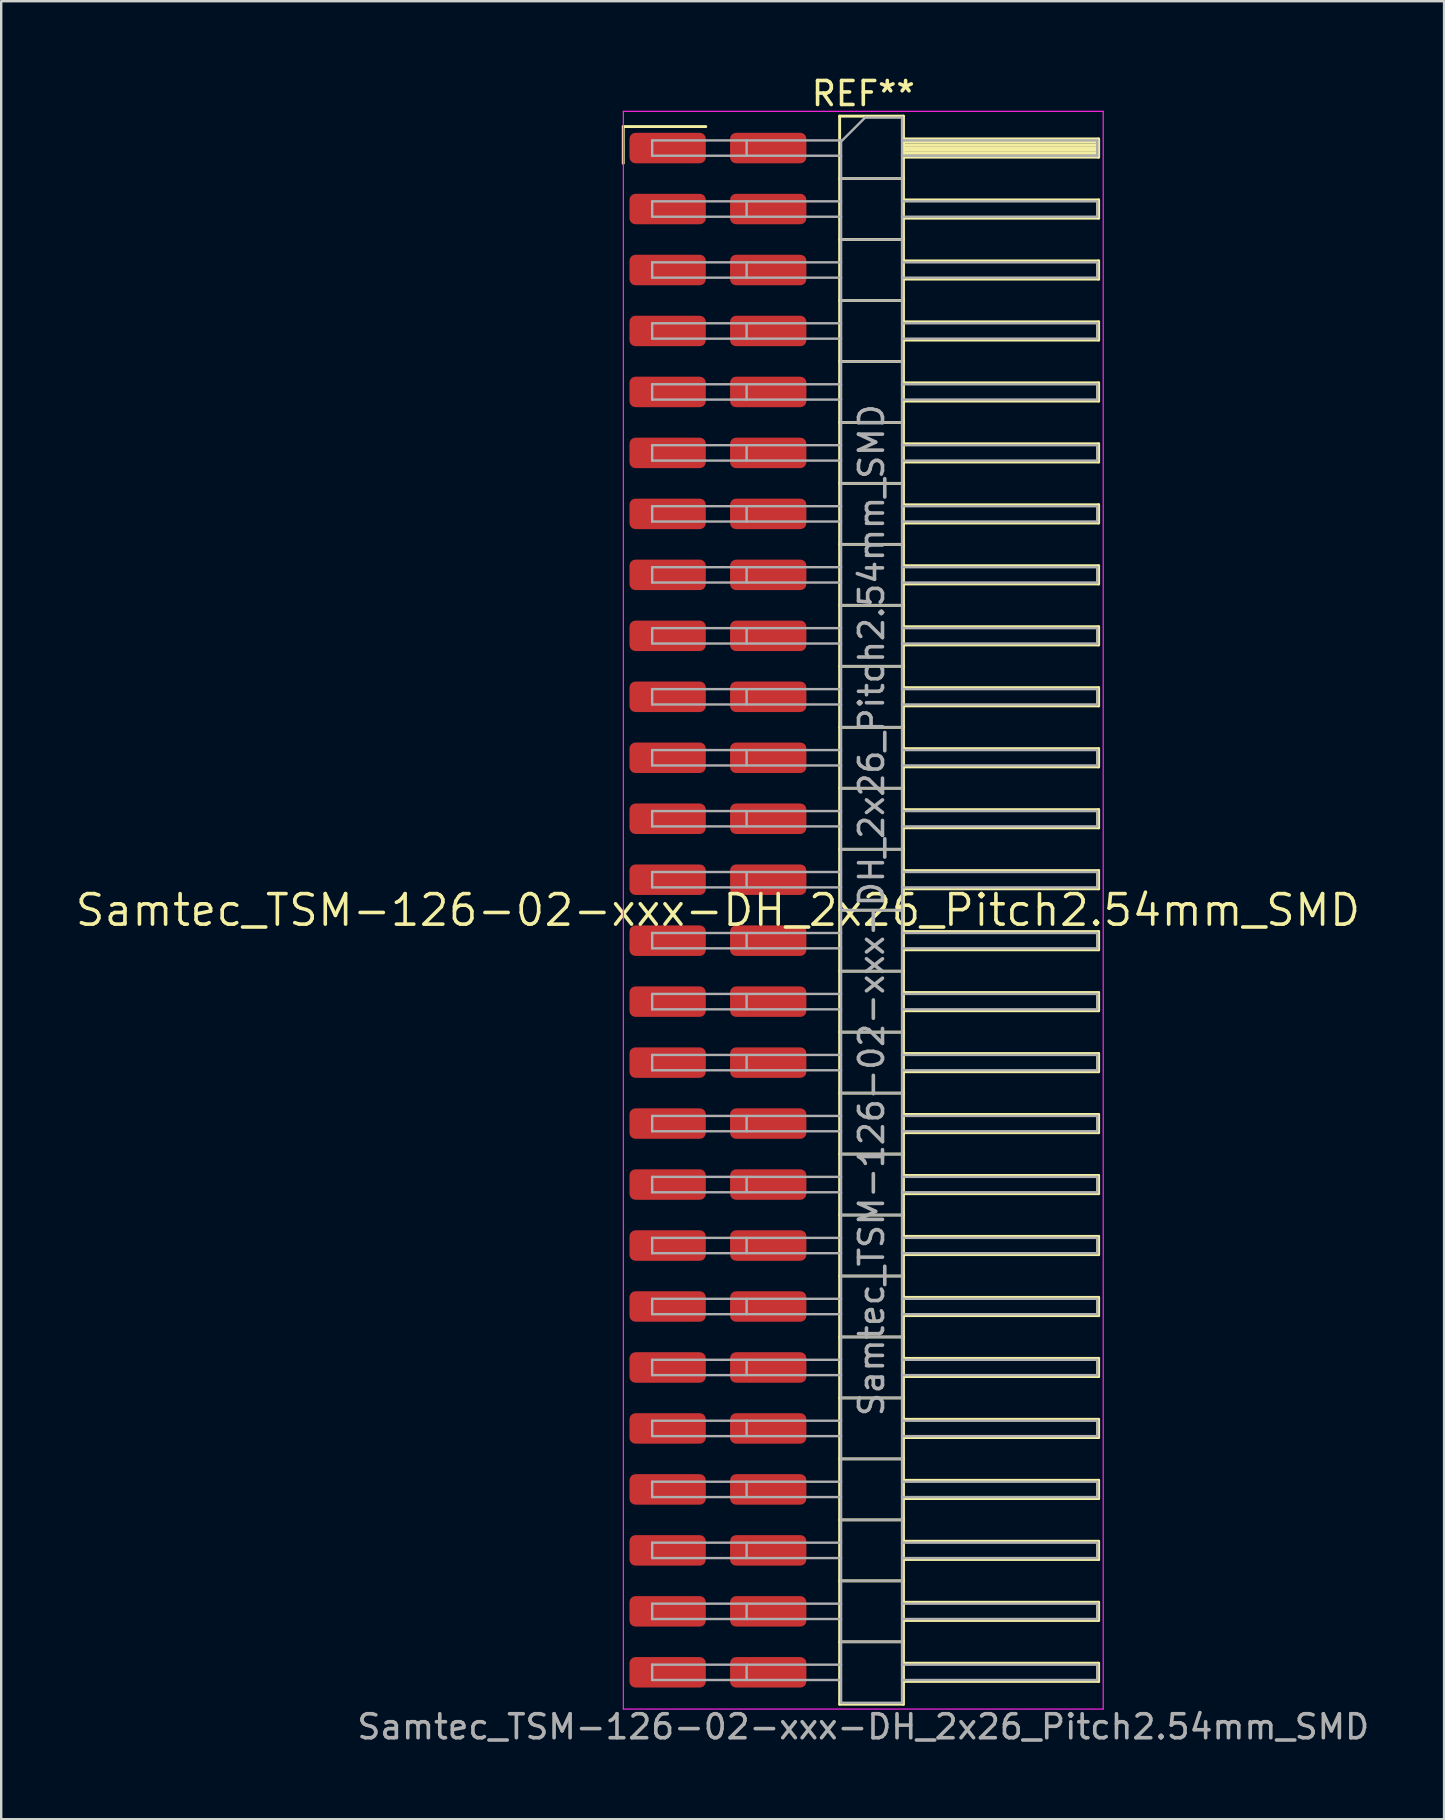
<source format=kicad_pcb>
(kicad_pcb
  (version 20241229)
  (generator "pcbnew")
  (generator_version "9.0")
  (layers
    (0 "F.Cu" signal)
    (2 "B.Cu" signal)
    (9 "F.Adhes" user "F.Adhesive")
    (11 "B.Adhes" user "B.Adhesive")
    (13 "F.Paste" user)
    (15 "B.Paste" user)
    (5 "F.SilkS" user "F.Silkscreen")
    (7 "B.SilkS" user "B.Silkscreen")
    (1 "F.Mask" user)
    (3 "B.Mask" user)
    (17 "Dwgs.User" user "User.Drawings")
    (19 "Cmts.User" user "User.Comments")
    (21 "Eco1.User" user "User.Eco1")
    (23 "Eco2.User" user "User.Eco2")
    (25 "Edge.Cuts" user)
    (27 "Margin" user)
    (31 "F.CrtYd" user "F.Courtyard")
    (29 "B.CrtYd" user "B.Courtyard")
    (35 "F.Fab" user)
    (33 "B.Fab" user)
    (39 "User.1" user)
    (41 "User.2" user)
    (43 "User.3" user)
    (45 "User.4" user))
  (footprint "Samtec_TSM-126-02-xxx-DH_2x26_Pitch2.54mm_SMD"
    (layer "F.Cu")
    (at 26.859 34.868)
    (property "Reference" "Samtec_TSM-126-02-xxx-DH_2x26_Pitch2.54mm_SMD" (at 0 0 0) (layer "F.SilkS") (effects (font (size 1.27 1.27) (thickness 0.15))))
    (attr smd)
    (fp_line (start -3.945 -32.645) (end -0.505 -32.645) (stroke (width 0.12) (type solid)) (layer "F.SilkS"))
    (fp_line (start -3.945 -31.115) (end -3.945 -32.645) (stroke (width 0.12) (type solid)) (layer "F.SilkS"))
    (fp_line (start 5.07 -33.08) (end 7.73 -33.08) (stroke (width 0.12) (type solid)) (layer "F.SilkS"))
    (fp_line (start 5.07 -30.48) (end 7.73 -30.48) (stroke (width 0.12) (type solid)) (layer "F.SilkS"))
    (fp_line (start 5.07 -27.94) (end 7.73 -27.94) (stroke (width 0.12) (type solid)) (layer "F.SilkS"))
    (fp_line (start 5.07 -25.4) (end 7.73 -25.4) (stroke (width 0.12) (type solid)) (layer "F.SilkS"))
    (fp_line (start 5.07 -22.86) (end 7.73 -22.86) (stroke (width 0.12) (type solid)) (layer "F.SilkS"))
    (fp_line (start 5.07 -20.32) (end 7.73 -20.32) (stroke (width 0.12) (type solid)) (layer "F.SilkS"))
    (fp_line (start 5.07 -17.78) (end 7.73 -17.78) (stroke (width 0.12) (type solid)) (layer "F.SilkS"))
    (fp_line (start 5.07 -15.24) (end 7.73 -15.24) (stroke (width 0.12) (type solid)) (layer "F.SilkS"))
    (fp_line (start 5.07 -12.7) (end 7.73 -12.7) (stroke (width 0.12) (type solid)) (layer "F.SilkS"))
    (fp_line (start 5.07 -10.16) (end 7.73 -10.16) (stroke (width 0.12) (type solid)) (layer "F.SilkS"))
    (fp_line (start 5.07 -7.62) (end 7.73 -7.62) (stroke (width 0.12) (type solid)) (layer "F.SilkS"))
    (fp_line (start 5.07 -5.08) (end 7.73 -5.08) (stroke (width 0.12) (type solid)) (layer "F.SilkS"))
    (fp_line (start 5.07 -2.54) (end 7.73 -2.54) (stroke (width 0.12) (type solid)) (layer "F.SilkS"))
    (fp_line (start 5.07 0) (end 7.73 0) (stroke (width 0.12) (type solid)) (layer "F.SilkS"))
    (fp_line (start 5.07 2.54) (end 7.73 2.54) (stroke (width 0.12) (type solid)) (layer "F.SilkS"))
    (fp_line (start 5.07 5.08) (end 7.73 5.08) (stroke (width 0.12) (type solid)) (layer "F.SilkS"))
    (fp_line (start 5.07 7.62) (end 7.73 7.62) (stroke (width 0.12) (type solid)) (layer "F.SilkS"))
    (fp_line (start 5.07 10.16) (end 7.73 10.16) (stroke (width 0.12) (type solid)) (layer "F.SilkS"))
    (fp_line (start 5.07 12.7) (end 7.73 12.7) (stroke (width 0.12) (type solid)) (layer "F.SilkS"))
    (fp_line (start 5.07 15.24) (end 7.73 15.24) (stroke (width 0.12) (type solid)) (layer "F.SilkS"))
    (fp_line (start 5.07 17.78) (end 7.73 17.78) (stroke (width 0.12) (type solid)) (layer "F.SilkS"))
    (fp_line (start 5.07 20.32) (end 7.73 20.32) (stroke (width 0.12) (type solid)) (layer "F.SilkS"))
    (fp_line (start 5.07 22.86) (end 7.73 22.86) (stroke (width 0.12) (type solid)) (layer "F.SilkS"))
    (fp_line (start 5.07 25.4) (end 7.73 25.4) (stroke (width 0.12) (type solid)) (layer "F.SilkS"))
    (fp_line (start 5.07 27.94) (end 7.73 27.94) (stroke (width 0.12) (type solid)) (layer "F.SilkS"))
    (fp_line (start 5.07 30.48) (end 7.73 30.48) (stroke (width 0.12) (type solid)) (layer "F.SilkS"))
    (fp_line (start 5.07 33.08) (end 5.07 -33.08) (stroke (width 0.12) (type solid)) (layer "F.SilkS"))
    (fp_line (start 7.73 -33.08) (end 7.73 33.08) (stroke (width 0.12) (type solid)) (layer "F.SilkS"))
    (fp_line (start 7.73 -32.13) (end 15.86 -32.13) (stroke (width 0.12) (type solid)) (layer "F.SilkS"))
    (fp_line (start 7.73 -32.01) (end 15.86 -32.01) (stroke (width 0.12) (type solid)) (layer "F.SilkS"))
    (fp_line (start 7.73 -31.89) (end 15.86 -31.89) (stroke (width 0.12) (type solid)) (layer "F.SilkS"))
    (fp_line (start 7.73 -31.77) (end 15.86 -31.77) (stroke (width 0.12) (type solid)) (layer "F.SilkS"))
    (fp_line (start 7.73 -31.65) (end 15.86 -31.65) (stroke (width 0.12) (type solid)) (layer "F.SilkS"))
    (fp_line (start 7.73 -31.53) (end 15.86 -31.53) (stroke (width 0.12) (type solid)) (layer "F.SilkS"))
    (fp_line (start 7.73 -31.41) (end 15.86 -31.41) (stroke (width 0.12) (type solid)) (layer "F.SilkS"))
    (fp_line (start 7.73 -31.37) (end 15.86 -31.37) (stroke (width 0.12) (type solid)) (layer "F.SilkS"))
    (fp_line (start 7.73 -29.59) (end 15.86 -29.59) (stroke (width 0.12) (type solid)) (layer "F.SilkS"))
    (fp_line (start 7.73 -28.83) (end 15.86 -28.83) (stroke (width 0.12) (type solid)) (layer "F.SilkS"))
    (fp_line (start 7.73 -27.05) (end 15.86 -27.05) (stroke (width 0.12) (type solid)) (layer "F.SilkS"))
    (fp_line (start 7.73 -26.29) (end 15.86 -26.29) (stroke (width 0.12) (type solid)) (layer "F.SilkS"))
    (fp_line (start 7.73 -24.51) (end 15.86 -24.51) (stroke (width 0.12) (type solid)) (layer "F.SilkS"))
    (fp_line (start 7.73 -23.75) (end 15.86 -23.75) (stroke (width 0.12) (type solid)) (layer "F.SilkS"))
    (fp_line (start 7.73 -21.97) (end 15.86 -21.97) (stroke (width 0.12) (type solid)) (layer "F.SilkS"))
    (fp_line (start 7.73 -21.21) (end 15.86 -21.21) (stroke (width 0.12) (type solid)) (layer "F.SilkS"))
    (fp_line (start 7.73 -19.43) (end 15.86 -19.43) (stroke (width 0.12) (type solid)) (layer "F.SilkS"))
    (fp_line (start 7.73 -18.67) (end 15.86 -18.67) (stroke (width 0.12) (type solid)) (layer "F.SilkS"))
    (fp_line (start 7.73 -16.89) (end 15.86 -16.89) (stroke (width 0.12) (type solid)) (layer "F.SilkS"))
    (fp_line (start 7.73 -16.13) (end 15.86 -16.13) (stroke (width 0.12) (type solid)) (layer "F.SilkS"))
    (fp_line (start 7.73 -14.35) (end 15.86 -14.35) (stroke (width 0.12) (type solid)) (layer "F.SilkS"))
    (fp_line (start 7.73 -13.59) (end 15.86 -13.59) (stroke (width 0.12) (type solid)) (layer "F.SilkS"))
    (fp_line (start 7.73 -11.81) (end 15.86 -11.81) (stroke (width 0.12) (type solid)) (layer "F.SilkS"))
    (fp_line (start 7.73 -11.05) (end 15.86 -11.05) (stroke (width 0.12) (type solid)) (layer "F.SilkS"))
    (fp_line (start 7.73 -9.27) (end 15.86 -9.27) (stroke (width 0.12) (type solid)) (layer "F.SilkS"))
    (fp_line (start 7.73 -8.51) (end 15.86 -8.51) (stroke (width 0.12) (type solid)) (layer "F.SilkS"))
    (fp_line (start 7.73 -6.73) (end 15.86 -6.73) (stroke (width 0.12) (type solid)) (layer "F.SilkS"))
    (fp_line (start 7.73 -5.97) (end 15.86 -5.97) (stroke (width 0.12) (type solid)) (layer "F.SilkS"))
    (fp_line (start 7.73 -4.19) (end 15.86 -4.19) (stroke (width 0.12) (type solid)) (layer "F.SilkS"))
    (fp_line (start 7.73 -3.43) (end 15.86 -3.43) (stroke (width 0.12) (type solid)) (layer "F.SilkS"))
    (fp_line (start 7.73 -1.65) (end 15.86 -1.65) (stroke (width 0.12) (type solid)) (layer "F.SilkS"))
    (fp_line (start 7.73 -0.89) (end 15.86 -0.89) (stroke (width 0.12) (type solid)) (layer "F.SilkS"))
    (fp_line (start 7.73 0.89) (end 15.86 0.89) (stroke (width 0.12) (type solid)) (layer "F.SilkS"))
    (fp_line (start 7.73 1.65) (end 15.86 1.65) (stroke (width 0.12) (type solid)) (layer "F.SilkS"))
    (fp_line (start 7.73 3.43) (end 15.86 3.43) (stroke (width 0.12) (type solid)) (layer "F.SilkS"))
    (fp_line (start 7.73 4.19) (end 15.86 4.19) (stroke (width 0.12) (type solid)) (layer "F.SilkS"))
    (fp_line (start 7.73 5.97) (end 15.86 5.97) (stroke (width 0.12) (type solid)) (layer "F.SilkS"))
    (fp_line (start 7.73 6.73) (end 15.86 6.73) (stroke (width 0.12) (type solid)) (layer "F.SilkS"))
    (fp_line (start 7.73 8.51) (end 15.86 8.51) (stroke (width 0.12) (type solid)) (layer "F.SilkS"))
    (fp_line (start 7.73 9.27) (end 15.86 9.27) (stroke (width 0.12) (type solid)) (layer "F.SilkS"))
    (fp_line (start 7.73 11.05) (end 15.86 11.05) (stroke (width 0.12) (type solid)) (layer "F.SilkS"))
    (fp_line (start 7.73 11.81) (end 15.86 11.81) (stroke (width 0.12) (type solid)) (layer "F.SilkS"))
    (fp_line (start 7.73 13.59) (end 15.86 13.59) (stroke (width 0.12) (type solid)) (layer "F.SilkS"))
    (fp_line (start 7.73 14.35) (end 15.86 14.35) (stroke (width 0.12) (type solid)) (layer "F.SilkS"))
    (fp_line (start 7.73 16.13) (end 15.86 16.13) (stroke (width 0.12) (type solid)) (layer "F.SilkS"))
    (fp_line (start 7.73 16.89) (end 15.86 16.89) (stroke (width 0.12) (type solid)) (layer "F.SilkS"))
    (fp_line (start 7.73 18.67) (end 15.86 18.67) (stroke (width 0.12) (type solid)) (layer "F.SilkS"))
    (fp_line (start 7.73 19.43) (end 15.86 19.43) (stroke (width 0.12) (type solid)) (layer "F.SilkS"))
    (fp_line (start 7.73 21.21) (end 15.86 21.21) (stroke (width 0.12) (type solid)) (layer "F.SilkS"))
    (fp_line (start 7.73 21.97) (end 15.86 21.97) (stroke (width 0.12) (type solid)) (layer "F.SilkS"))
    (fp_line (start 7.73 23.75) (end 15.86 23.75) (stroke (width 0.12) (type solid)) (layer "F.SilkS"))
    (fp_line (start 7.73 24.51) (end 15.86 24.51) (stroke (width 0.12) (type solid)) (layer "F.SilkS"))
    (fp_line (start 7.73 26.29) (end 15.86 26.29) (stroke (width 0.12) (type solid)) (layer "F.SilkS"))
    (fp_line (start 7.73 27.05) (end 15.86 27.05) (stroke (width 0.12) (type solid)) (layer "F.SilkS"))
    (fp_line (start 7.73 28.83) (end 15.86 28.83) (stroke (width 0.12) (type solid)) (layer "F.SilkS"))
    (fp_line (start 7.73 29.59) (end 15.86 29.59) (stroke (width 0.12) (type solid)) (layer "F.SilkS"))
    (fp_line (start 7.73 31.37) (end 15.86 31.37) (stroke (width 0.12) (type solid)) (layer "F.SilkS"))
    (fp_line (start 7.73 32.13) (end 15.86 32.13) (stroke (width 0.12) (type solid)) (layer "F.SilkS"))
    (fp_line (start 7.73 33.08) (end 5.07 33.08) (stroke (width 0.12) (type solid)) (layer "F.SilkS"))
    (fp_line (start 15.86 -32.13) (end 15.86 -31.37) (stroke (width 0.12) (type solid)) (layer "F.SilkS"))
    (fp_line (start 15.86 -29.59) (end 15.86 -28.83) (stroke (width 0.12) (type solid)) (layer "F.SilkS"))
    (fp_line (start 15.86 -27.05) (end 15.86 -26.29) (stroke (width 0.12) (type solid)) (layer "F.SilkS"))
    (fp_line (start 15.86 -24.51) (end 15.86 -23.75) (stroke (width 0.12) (type solid)) (layer "F.SilkS"))
    (fp_line (start 15.86 -21.97) (end 15.86 -21.21) (stroke (width 0.12) (type solid)) (layer "F.SilkS"))
    (fp_line (start 15.86 -19.43) (end 15.86 -18.67) (stroke (width 0.12) (type solid)) (layer "F.SilkS"))
    (fp_line (start 15.86 -16.89) (end 15.86 -16.13) (stroke (width 0.12) (type solid)) (layer "F.SilkS"))
    (fp_line (start 15.86 -14.35) (end 15.86 -13.59) (stroke (width 0.12) (type solid)) (layer "F.SilkS"))
    (fp_line (start 15.86 -11.81) (end 15.86 -11.05) (stroke (width 0.12) (type solid)) (layer "F.SilkS"))
    (fp_line (start 15.86 -9.27) (end 15.86 -8.51) (stroke (width 0.12) (type solid)) (layer "F.SilkS"))
    (fp_line (start 15.86 -6.73) (end 15.86 -5.97) (stroke (width 0.12) (type solid)) (layer "F.SilkS"))
    (fp_line (start 15.86 -4.19) (end 15.86 -3.43) (stroke (width 0.12) (type solid)) (layer "F.SilkS"))
    (fp_line (start 15.86 -1.65) (end 15.86 -0.89) (stroke (width 0.12) (type solid)) (layer "F.SilkS"))
    (fp_line (start 15.86 0.89) (end 15.86 1.65) (stroke (width 0.12) (type solid)) (layer "F.SilkS"))
    (fp_line (start 15.86 3.43) (end 15.86 4.19) (stroke (width 0.12) (type solid)) (layer "F.SilkS"))
    (fp_line (start 15.86 5.97) (end 15.86 6.73) (stroke (width 0.12) (type solid)) (layer "F.SilkS"))
    (fp_line (start 15.86 8.51) (end 15.86 9.27) (stroke (width 0.12) (type solid)) (layer "F.SilkS"))
    (fp_line (start 15.86 11.05) (end 15.86 11.81) (stroke (width 0.12) (type solid)) (layer "F.SilkS"))
    (fp_line (start 15.86 13.59) (end 15.86 14.35) (stroke (width 0.12) (type solid)) (layer "F.SilkS"))
    (fp_line (start 15.86 16.13) (end 15.86 16.89) (stroke (width 0.12) (type solid)) (layer "F.SilkS"))
    (fp_line (start 15.86 18.67) (end 15.86 19.43) (stroke (width 0.12) (type solid)) (layer "F.SilkS"))
    (fp_line (start 15.86 21.21) (end 15.86 21.97) (stroke (width 0.12) (type solid)) (layer "F.SilkS"))
    (fp_line (start 15.86 23.75) (end 15.86 24.51) (stroke (width 0.12) (type solid)) (layer "F.SilkS"))
    (fp_line (start 15.86 26.29) (end 15.86 27.05) (stroke (width 0.12) (type solid)) (layer "F.SilkS"))
    (fp_line (start 15.86 28.83) (end 15.86 29.59) (stroke (width 0.12) (type solid)) (layer "F.SilkS"))
    (fp_line (start 15.86 31.37) (end 15.86 32.13) (stroke (width 0.12) (type solid)) (layer "F.SilkS"))
    (fp_line (start -3.94 -33.28) (end 16.05 -33.28) (stroke (width 0.05) (type solid)) (layer "F.CrtYd"))
    (fp_line (start -3.94 33.28) (end -3.94 -33.28) (stroke (width 0.05) (type solid)) (layer "F.CrtYd"))
    (fp_line (start 16.05 -33.28) (end 16.05 33.28) (stroke (width 0.05) (type solid)) (layer "F.CrtYd"))
    (fp_line (start 16.05 33.28) (end -3.94 33.28) (stroke (width 0.05) (type solid)) (layer "F.CrtYd"))
    (fp_line (start -2.74 -32.07) (end -2.74 -31.43) (stroke (width 0.1) (type solid)) (layer "F.Fab"))
    (fp_line (start -2.74 -32.07) (end 5.13 -32.07) (stroke (width 0.1) (type solid)) (layer "F.Fab"))
    (fp_line (start -2.74 -31.43) (end 5.13 -31.43) (stroke (width 0.1) (type solid)) (layer "F.Fab"))
    (fp_line (start -2.74 -29.53) (end -2.74 -28.89) (stroke (width 0.1) (type solid)) (layer "F.Fab"))
    (fp_line (start -2.74 -29.53) (end 5.13 -29.53) (stroke (width 0.1) (type solid)) (layer "F.Fab"))
    (fp_line (start -2.74 -28.89) (end 5.13 -28.89) (stroke (width 0.1) (type solid)) (layer "F.Fab"))
    (fp_line (start -2.74 -26.99) (end -2.74 -26.35) (stroke (width 0.1) (type solid)) (layer "F.Fab"))
    (fp_line (start -2.74 -26.99) (end 5.13 -26.99) (stroke (width 0.1) (type solid)) (layer "F.Fab"))
    (fp_line (start -2.74 -26.35) (end 5.13 -26.35) (stroke (width 0.1) (type solid)) (layer "F.Fab"))
    (fp_line (start -2.74 -24.45) (end -2.74 -23.81) (stroke (width 0.1) (type solid)) (layer "F.Fab"))
    (fp_line (start -2.74 -24.45) (end 5.13 -24.45) (stroke (width 0.1) (type solid)) (layer "F.Fab"))
    (fp_line (start -2.74 -23.81) (end 5.13 -23.81) (stroke (width 0.1) (type solid)) (layer "F.Fab"))
    (fp_line (start -2.74 -21.91) (end -2.74 -21.27) (stroke (width 0.1) (type solid)) (layer "F.Fab"))
    (fp_line (start -2.74 -21.91) (end 5.13 -21.91) (stroke (width 0.1) (type solid)) (layer "F.Fab"))
    (fp_line (start -2.74 -21.27) (end 5.13 -21.27) (stroke (width 0.1) (type solid)) (layer "F.Fab"))
    (fp_line (start -2.74 -19.37) (end -2.74 -18.73) (stroke (width 0.1) (type solid)) (layer "F.Fab"))
    (fp_line (start -2.74 -19.37) (end 5.13 -19.37) (stroke (width 0.1) (type solid)) (layer "F.Fab"))
    (fp_line (start -2.74 -18.73) (end 5.13 -18.73) (stroke (width 0.1) (type solid)) (layer "F.Fab"))
    (fp_line (start -2.74 -16.83) (end -2.74 -16.19) (stroke (width 0.1) (type solid)) (layer "F.Fab"))
    (fp_line (start -2.74 -16.83) (end 5.13 -16.83) (stroke (width 0.1) (type solid)) (layer "F.Fab"))
    (fp_line (start -2.74 -16.19) (end 5.13 -16.19) (stroke (width 0.1) (type solid)) (layer "F.Fab"))
    (fp_line (start -2.74 -14.29) (end -2.74 -13.65) (stroke (width 0.1) (type solid)) (layer "F.Fab"))
    (fp_line (start -2.74 -14.29) (end 5.13 -14.29) (stroke (width 0.1) (type solid)) (layer "F.Fab"))
    (fp_line (start -2.74 -13.65) (end 5.13 -13.65) (stroke (width 0.1) (type solid)) (layer "F.Fab"))
    (fp_line (start -2.74 -11.75) (end -2.74 -11.11) (stroke (width 0.1) (type solid)) (layer "F.Fab"))
    (fp_line (start -2.74 -11.75) (end 5.13 -11.75) (stroke (width 0.1) (type solid)) (layer "F.Fab"))
    (fp_line (start -2.74 -11.11) (end 5.13 -11.11) (stroke (width 0.1) (type solid)) (layer "F.Fab"))
    (fp_line (start -2.74 -9.21) (end -2.74 -8.57) (stroke (width 0.1) (type solid)) (layer "F.Fab"))
    (fp_line (start -2.74 -9.21) (end 5.13 -9.21) (stroke (width 0.1) (type solid)) (layer "F.Fab"))
    (fp_line (start -2.74 -8.57) (end 5.13 -8.57) (stroke (width 0.1) (type solid)) (layer "F.Fab"))
    (fp_line (start -2.74 -6.67) (end -2.74 -6.03) (stroke (width 0.1) (type solid)) (layer "F.Fab"))
    (fp_line (start -2.74 -6.67) (end 5.13 -6.67) (stroke (width 0.1) (type solid)) (layer "F.Fab"))
    (fp_line (start -2.74 -6.03) (end 5.13 -6.03) (stroke (width 0.1) (type solid)) (layer "F.Fab"))
    (fp_line (start -2.74 -4.13) (end -2.74 -3.49) (stroke (width 0.1) (type solid)) (layer "F.Fab"))
    (fp_line (start -2.74 -4.13) (end 5.13 -4.13) (stroke (width 0.1) (type solid)) (layer "F.Fab"))
    (fp_line (start -2.74 -3.49) (end 5.13 -3.49) (stroke (width 0.1) (type solid)) (layer "F.Fab"))
    (fp_line (start -2.74 -1.59) (end -2.74 -0.95) (stroke (width 0.1) (type solid)) (layer "F.Fab"))
    (fp_line (start -2.74 -1.59) (end 5.13 -1.59) (stroke (width 0.1) (type solid)) (layer "F.Fab"))
    (fp_line (start -2.74 -0.95) (end 5.13 -0.95) (stroke (width 0.1) (type solid)) (layer "F.Fab"))
    (fp_line (start -2.74 0.95) (end -2.74 1.59) (stroke (width 0.1) (type solid)) (layer "F.Fab"))
    (fp_line (start -2.74 0.95) (end 5.13 0.95) (stroke (width 0.1) (type solid)) (layer "F.Fab"))
    (fp_line (start -2.74 1.59) (end 5.13 1.59) (stroke (width 0.1) (type solid)) (layer "F.Fab"))
    (fp_line (start -2.74 3.49) (end -2.74 4.13) (stroke (width 0.1) (type solid)) (layer "F.Fab"))
    (fp_line (start -2.74 3.49) (end 5.13 3.49) (stroke (width 0.1) (type solid)) (layer "F.Fab"))
    (fp_line (start -2.74 4.13) (end 5.13 4.13) (stroke (width 0.1) (type solid)) (layer "F.Fab"))
    (fp_line (start -2.74 6.03) (end -2.74 6.67) (stroke (width 0.1) (type solid)) (layer "F.Fab"))
    (fp_line (start -2.74 6.03) (end 5.13 6.03) (stroke (width 0.1) (type solid)) (layer "F.Fab"))
    (fp_line (start -2.74 6.67) (end 5.13 6.67) (stroke (width 0.1) (type solid)) (layer "F.Fab"))
    (fp_line (start -2.74 8.57) (end -2.74 9.21) (stroke (width 0.1) (type solid)) (layer "F.Fab"))
    (fp_line (start -2.74 8.57) (end 5.13 8.57) (stroke (width 0.1) (type solid)) (layer "F.Fab"))
    (fp_line (start -2.74 9.21) (end 5.13 9.21) (stroke (width 0.1) (type solid)) (layer "F.Fab"))
    (fp_line (start -2.74 11.11) (end -2.74 11.75) (stroke (width 0.1) (type solid)) (layer "F.Fab"))
    (fp_line (start -2.74 11.11) (end 5.13 11.11) (stroke (width 0.1) (type solid)) (layer "F.Fab"))
    (fp_line (start -2.74 11.75) (end 5.13 11.75) (stroke (width 0.1) (type solid)) (layer "F.Fab"))
    (fp_line (start -2.74 13.65) (end -2.74 14.29) (stroke (width 0.1) (type solid)) (layer "F.Fab"))
    (fp_line (start -2.74 13.65) (end 5.13 13.65) (stroke (width 0.1) (type solid)) (layer "F.Fab"))
    (fp_line (start -2.74 14.29) (end 5.13 14.29) (stroke (width 0.1) (type solid)) (layer "F.Fab"))
    (fp_line (start -2.74 16.19) (end -2.74 16.83) (stroke (width 0.1) (type solid)) (layer "F.Fab"))
    (fp_line (start -2.74 16.19) (end 5.13 16.19) (stroke (width 0.1) (type solid)) (layer "F.Fab"))
    (fp_line (start -2.74 16.83) (end 5.13 16.83) (stroke (width 0.1) (type solid)) (layer "F.Fab"))
    (fp_line (start -2.74 18.73) (end -2.74 19.37) (stroke (width 0.1) (type solid)) (layer "F.Fab"))
    (fp_line (start -2.74 18.73) (end 5.13 18.73) (stroke (width 0.1) (type solid)) (layer "F.Fab"))
    (fp_line (start -2.74 19.37) (end 5.13 19.37) (stroke (width 0.1) (type solid)) (layer "F.Fab"))
    (fp_line (start -2.74 21.27) (end -2.74 21.91) (stroke (width 0.1) (type solid)) (layer "F.Fab"))
    (fp_line (start -2.74 21.27) (end 5.13 21.27) (stroke (width 0.1) (type solid)) (layer "F.Fab"))
    (fp_line (start -2.74 21.91) (end 5.13 21.91) (stroke (width 0.1) (type solid)) (layer "F.Fab"))
    (fp_line (start -2.74 23.81) (end -2.74 24.45) (stroke (width 0.1) (type solid)) (layer "F.Fab"))
    (fp_line (start -2.74 23.81) (end 5.13 23.81) (stroke (width 0.1) (type solid)) (layer "F.Fab"))
    (fp_line (start -2.74 24.45) (end 5.13 24.45) (stroke (width 0.1) (type solid)) (layer "F.Fab"))
    (fp_line (start -2.74 26.35) (end -2.74 26.99) (stroke (width 0.1) (type solid)) (layer "F.Fab"))
    (fp_line (start -2.74 26.35) (end 5.13 26.35) (stroke (width 0.1) (type solid)) (layer "F.Fab"))
    (fp_line (start -2.74 26.99) (end 5.13 26.99) (stroke (width 0.1) (type solid)) (layer "F.Fab"))
    (fp_line (start -2.74 28.89) (end -2.74 29.53) (stroke (width 0.1) (type solid)) (layer "F.Fab"))
    (fp_line (start -2.74 28.89) (end 5.13 28.89) (stroke (width 0.1) (type solid)) (layer "F.Fab"))
    (fp_line (start -2.74 29.53) (end 5.13 29.53) (stroke (width 0.1) (type solid)) (layer "F.Fab"))
    (fp_line (start -2.74 31.43) (end -2.74 32.07) (stroke (width 0.1) (type solid)) (layer "F.Fab"))
    (fp_line (start -2.74 31.43) (end 5.13 31.43) (stroke (width 0.1) (type solid)) (layer "F.Fab"))
    (fp_line (start -2.74 32.07) (end 5.13 32.07) (stroke (width 0.1) (type solid)) (layer "F.Fab"))
    (fp_line (start 1.195 -32.07) (end 1.195 -31.43) (stroke (width 0.1) (type solid)) (layer "F.Fab"))
    (fp_line (start 1.195 -29.53) (end 1.195 -28.89) (stroke (width 0.1) (type solid)) (layer "F.Fab"))
    (fp_line (start 1.195 -26.99) (end 1.195 -26.35) (stroke (width 0.1) (type solid)) (layer "F.Fab"))
    (fp_line (start 1.195 -24.45) (end 1.195 -23.81) (stroke (width 0.1) (type solid)) (layer "F.Fab"))
    (fp_line (start 1.195 -21.91) (end 1.195 -21.27) (stroke (width 0.1) (type solid)) (layer "F.Fab"))
    (fp_line (start 1.195 -19.37) (end 1.195 -18.73) (stroke (width 0.1) (type solid)) (layer "F.Fab"))
    (fp_line (start 1.195 -16.83) (end 1.195 -16.19) (stroke (width 0.1) (type solid)) (layer "F.Fab"))
    (fp_line (start 1.195 -14.29) (end 1.195 -13.65) (stroke (width 0.1) (type solid)) (layer "F.Fab"))
    (fp_line (start 1.195 -11.75) (end 1.195 -11.11) (stroke (width 0.1) (type solid)) (layer "F.Fab"))
    (fp_line (start 1.195 -9.21) (end 1.195 -8.57) (stroke (width 0.1) (type solid)) (layer "F.Fab"))
    (fp_line (start 1.195 -6.67) (end 1.195 -6.03) (stroke (width 0.1) (type solid)) (layer "F.Fab"))
    (fp_line (start 1.195 -4.13) (end 1.195 -3.49) (stroke (width 0.1) (type solid)) (layer "F.Fab"))
    (fp_line (start 1.195 -1.59) (end 1.195 -0.95) (stroke (width 0.1) (type solid)) (layer "F.Fab"))
    (fp_line (start 1.195 0.95) (end 1.195 1.59) (stroke (width 0.1) (type solid)) (layer "F.Fab"))
    (fp_line (start 1.195 3.49) (end 1.195 4.13) (stroke (width 0.1) (type solid)) (layer "F.Fab"))
    (fp_line (start 1.195 6.03) (end 1.195 6.67) (stroke (width 0.1) (type solid)) (layer "F.Fab"))
    (fp_line (start 1.195 8.57) (end 1.195 9.21) (stroke (width 0.1) (type solid)) (layer "F.Fab"))
    (fp_line (start 1.195 11.11) (end 1.195 11.75) (stroke (width 0.1) (type solid)) (layer "F.Fab"))
    (fp_line (start 1.195 13.65) (end 1.195 14.29) (stroke (width 0.1) (type solid)) (layer "F.Fab"))
    (fp_line (start 1.195 16.19) (end 1.195 16.83) (stroke (width 0.1) (type solid)) (layer "F.Fab"))
    (fp_line (start 1.195 18.73) (end 1.195 19.37) (stroke (width 0.1) (type solid)) (layer "F.Fab"))
    (fp_line (start 1.195 21.27) (end 1.195 21.91) (stroke (width 0.1) (type solid)) (layer "F.Fab"))
    (fp_line (start 1.195 23.81) (end 1.195 24.45) (stroke (width 0.1) (type solid)) (layer "F.Fab"))
    (fp_line (start 1.195 26.35) (end 1.195 26.99) (stroke (width 0.1) (type solid)) (layer "F.Fab"))
    (fp_line (start 1.195 28.89) (end 1.195 29.53) (stroke (width 0.1) (type solid)) (layer "F.Fab"))
    (fp_line (start 1.195 31.43) (end 1.195 32.07) (stroke (width 0.1) (type solid)) (layer "F.Fab"))
    (fp_line (start 5.13 -32.02) (end 6.13 -33.02) (stroke (width 0.1) (type solid)) (layer "F.Fab"))
    (fp_line (start 5.13 -30.48) (end 7.67 -30.48) (stroke (width 0.1) (type solid)) (layer "F.Fab"))
    (fp_line (start 5.13 -27.94) (end 7.67 -27.94) (stroke (width 0.1) (type solid)) (layer "F.Fab"))
    (fp_line (start 5.13 -25.4) (end 7.67 -25.4) (stroke (width 0.1) (type solid)) (layer "F.Fab"))
    (fp_line (start 5.13 -22.86) (end 7.67 -22.86) (stroke (width 0.1) (type solid)) (layer "F.Fab"))
    (fp_line (start 5.13 -20.32) (end 7.67 -20.32) (stroke (width 0.1) (type solid)) (layer "F.Fab"))
    (fp_line (start 5.13 -17.78) (end 7.67 -17.78) (stroke (width 0.1) (type solid)) (layer "F.Fab"))
    (fp_line (start 5.13 -15.24) (end 7.67 -15.24) (stroke (width 0.1) (type solid)) (layer "F.Fab"))
    (fp_line (start 5.13 -12.7) (end 7.67 -12.7) (stroke (width 0.1) (type solid)) (layer "F.Fab"))
    (fp_line (start 5.13 -10.16) (end 7.67 -10.16) (stroke (width 0.1) (type solid)) (layer "F.Fab"))
    (fp_line (start 5.13 -7.62) (end 7.67 -7.62) (stroke (width 0.1) (type solid)) (layer "F.Fab"))
    (fp_line (start 5.13 -5.08) (end 7.67 -5.08) (stroke (width 0.1) (type solid)) (layer "F.Fab"))
    (fp_line (start 5.13 -2.54) (end 7.67 -2.54) (stroke (width 0.1) (type solid)) (layer "F.Fab"))
    (fp_line (start 5.13 0) (end 7.67 0) (stroke (width 0.1) (type solid)) (layer "F.Fab"))
    (fp_line (start 5.13 2.54) (end 7.67 2.54) (stroke (width 0.1) (type solid)) (layer "F.Fab"))
    (fp_line (start 5.13 5.08) (end 7.67 5.08) (stroke (width 0.1) (type solid)) (layer "F.Fab"))
    (fp_line (start 5.13 7.62) (end 7.67 7.62) (stroke (width 0.1) (type solid)) (layer "F.Fab"))
    (fp_line (start 5.13 10.16) (end 7.67 10.16) (stroke (width 0.1) (type solid)) (layer "F.Fab"))
    (fp_line (start 5.13 12.7) (end 7.67 12.7) (stroke (width 0.1) (type solid)) (layer "F.Fab"))
    (fp_line (start 5.13 15.24) (end 7.67 15.24) (stroke (width 0.1) (type solid)) (layer "F.Fab"))
    (fp_line (start 5.13 17.78) (end 7.67 17.78) (stroke (width 0.1) (type solid)) (layer "F.Fab"))
    (fp_line (start 5.13 20.32) (end 7.67 20.32) (stroke (width 0.1) (type solid)) (layer "F.Fab"))
    (fp_line (start 5.13 22.86) (end 7.67 22.86) (stroke (width 0.1) (type solid)) (layer "F.Fab"))
    (fp_line (start 5.13 25.4) (end 7.67 25.4) (stroke (width 0.1) (type solid)) (layer "F.Fab"))
    (fp_line (start 5.13 27.94) (end 7.67 27.94) (stroke (width 0.1) (type solid)) (layer "F.Fab"))
    (fp_line (start 5.13 30.48) (end 7.67 30.48) (stroke (width 0.1) (type solid)) (layer "F.Fab"))
    (fp_line (start 5.13 33.02) (end 5.13 -32.02) (stroke (width 0.1) (type solid)) (layer "F.Fab"))
    (fp_line (start 6.13 -33.02) (end 7.67 -33.02) (stroke (width 0.1) (type solid)) (layer "F.Fab"))
    (fp_line (start 7.67 -33.02) (end 7.67 33.02) (stroke (width 0.1) (type solid)) (layer "F.Fab"))
    (fp_line (start 7.67 -32.07) (end 15.8 -32.07) (stroke (width 0.1) (type solid)) (layer "F.Fab"))
    (fp_line (start 7.67 -31.43) (end 15.8 -31.43) (stroke (width 0.1) (type solid)) (layer "F.Fab"))
    (fp_line (start 7.67 -29.53) (end 15.8 -29.53) (stroke (width 0.1) (type solid)) (layer "F.Fab"))
    (fp_line (start 7.67 -28.89) (end 15.8 -28.89) (stroke (width 0.1) (type solid)) (layer "F.Fab"))
    (fp_line (start 7.67 -26.99) (end 15.8 -26.99) (stroke (width 0.1) (type solid)) (layer "F.Fab"))
    (fp_line (start 7.67 -26.35) (end 15.8 -26.35) (stroke (width 0.1) (type solid)) (layer "F.Fab"))
    (fp_line (start 7.67 -24.45) (end 15.8 -24.45) (stroke (width 0.1) (type solid)) (layer "F.Fab"))
    (fp_line (start 7.67 -23.81) (end 15.8 -23.81) (stroke (width 0.1) (type solid)) (layer "F.Fab"))
    (fp_line (start 7.67 -21.91) (end 15.8 -21.91) (stroke (width 0.1) (type solid)) (layer "F.Fab"))
    (fp_line (start 7.67 -21.27) (end 15.8 -21.27) (stroke (width 0.1) (type solid)) (layer "F.Fab"))
    (fp_line (start 7.67 -19.37) (end 15.8 -19.37) (stroke (width 0.1) (type solid)) (layer "F.Fab"))
    (fp_line (start 7.67 -18.73) (end 15.8 -18.73) (stroke (width 0.1) (type solid)) (layer "F.Fab"))
    (fp_line (start 7.67 -16.83) (end 15.8 -16.83) (stroke (width 0.1) (type solid)) (layer "F.Fab"))
    (fp_line (start 7.67 -16.19) (end 15.8 -16.19) (stroke (width 0.1) (type solid)) (layer "F.Fab"))
    (fp_line (start 7.67 -14.29) (end 15.8 -14.29) (stroke (width 0.1) (type solid)) (layer "F.Fab"))
    (fp_line (start 7.67 -13.65) (end 15.8 -13.65) (stroke (width 0.1) (type solid)) (layer "F.Fab"))
    (fp_line (start 7.67 -11.75) (end 15.8 -11.75) (stroke (width 0.1) (type solid)) (layer "F.Fab"))
    (fp_line (start 7.67 -11.11) (end 15.8 -11.11) (stroke (width 0.1) (type solid)) (layer "F.Fab"))
    (fp_line (start 7.67 -9.21) (end 15.8 -9.21) (stroke (width 0.1) (type solid)) (layer "F.Fab"))
    (fp_line (start 7.67 -8.57) (end 15.8 -8.57) (stroke (width 0.1) (type solid)) (layer "F.Fab"))
    (fp_line (start 7.67 -6.67) (end 15.8 -6.67) (stroke (width 0.1) (type solid)) (layer "F.Fab"))
    (fp_line (start 7.67 -6.03) (end 15.8 -6.03) (stroke (width 0.1) (type solid)) (layer "F.Fab"))
    (fp_line (start 7.67 -4.13) (end 15.8 -4.13) (stroke (width 0.1) (type solid)) (layer "F.Fab"))
    (fp_line (start 7.67 -3.49) (end 15.8 -3.49) (stroke (width 0.1) (type solid)) (layer "F.Fab"))
    (fp_line (start 7.67 -1.59) (end 15.8 -1.59) (stroke (width 0.1) (type solid)) (layer "F.Fab"))
    (fp_line (start 7.67 -0.95) (end 15.8 -0.95) (stroke (width 0.1) (type solid)) (layer "F.Fab"))
    (fp_line (start 7.67 0.95) (end 15.8 0.95) (stroke (width 0.1) (type solid)) (layer "F.Fab"))
    (fp_line (start 7.67 1.59) (end 15.8 1.59) (stroke (width 0.1) (type solid)) (layer "F.Fab"))
    (fp_line (start 7.67 3.49) (end 15.8 3.49) (stroke (width 0.1) (type solid)) (layer "F.Fab"))
    (fp_line (start 7.67 4.13) (end 15.8 4.13) (stroke (width 0.1) (type solid)) (layer "F.Fab"))
    (fp_line (start 7.67 6.03) (end 15.8 6.03) (stroke (width 0.1) (type solid)) (layer "F.Fab"))
    (fp_line (start 7.67 6.67) (end 15.8 6.67) (stroke (width 0.1) (type solid)) (layer "F.Fab"))
    (fp_line (start 7.67 8.57) (end 15.8 8.57) (stroke (width 0.1) (type solid)) (layer "F.Fab"))
    (fp_line (start 7.67 9.21) (end 15.8 9.21) (stroke (width 0.1) (type solid)) (layer "F.Fab"))
    (fp_line (start 7.67 11.11) (end 15.8 11.11) (stroke (width 0.1) (type solid)) (layer "F.Fab"))
    (fp_line (start 7.67 11.75) (end 15.8 11.75) (stroke (width 0.1) (type solid)) (layer "F.Fab"))
    (fp_line (start 7.67 13.65) (end 15.8 13.65) (stroke (width 0.1) (type solid)) (layer "F.Fab"))
    (fp_line (start 7.67 14.29) (end 15.8 14.29) (stroke (width 0.1) (type solid)) (layer "F.Fab"))
    (fp_line (start 7.67 16.19) (end 15.8 16.19) (stroke (width 0.1) (type solid)) (layer "F.Fab"))
    (fp_line (start 7.67 16.83) (end 15.8 16.83) (stroke (width 0.1) (type solid)) (layer "F.Fab"))
    (fp_line (start 7.67 18.73) (end 15.8 18.73) (stroke (width 0.1) (type solid)) (layer "F.Fab"))
    (fp_line (start 7.67 19.37) (end 15.8 19.37) (stroke (width 0.1) (type solid)) (layer "F.Fab"))
    (fp_line (start 7.67 21.27) (end 15.8 21.27) (stroke (width 0.1) (type solid)) (layer "F.Fab"))
    (fp_line (start 7.67 21.91) (end 15.8 21.91) (stroke (width 0.1) (type solid)) (layer "F.Fab"))
    (fp_line (start 7.67 23.81) (end 15.8 23.81) (stroke (width 0.1) (type solid)) (layer "F.Fab"))
    (fp_line (start 7.67 24.45) (end 15.8 24.45) (stroke (width 0.1) (type solid)) (layer "F.Fab"))
    (fp_line (start 7.67 26.35) (end 15.8 26.35) (stroke (width 0.1) (type solid)) (layer "F.Fab"))
    (fp_line (start 7.67 26.99) (end 15.8 26.99) (stroke (width 0.1) (type solid)) (layer "F.Fab"))
    (fp_line (start 7.67 28.89) (end 15.8 28.89) (stroke (width 0.1) (type solid)) (layer "F.Fab"))
    (fp_line (start 7.67 29.53) (end 15.8 29.53) (stroke (width 0.1) (type solid)) (layer "F.Fab"))
    (fp_line (start 7.67 31.43) (end 15.8 31.43) (stroke (width 0.1) (type solid)) (layer "F.Fab"))
    (fp_line (start 7.67 32.07) (end 15.8 32.07) (stroke (width 0.1) (type solid)) (layer "F.Fab"))
    (fp_line (start 7.67 33.02) (end 5.13 33.02) (stroke (width 0.1) (type solid)) (layer "F.Fab"))
    (fp_line (start 15.8 -32.07) (end 15.8 -31.43) (stroke (width 0.1) (type solid)) (layer "F.Fab"))
    (fp_line (start 15.8 -29.53) (end 15.8 -28.89) (stroke (width 0.1) (type solid)) (layer "F.Fab"))
    (fp_line (start 15.8 -26.99) (end 15.8 -26.35) (stroke (width 0.1) (type solid)) (layer "F.Fab"))
    (fp_line (start 15.8 -24.45) (end 15.8 -23.81) (stroke (width 0.1) (type solid)) (layer "F.Fab"))
    (fp_line (start 15.8 -21.91) (end 15.8 -21.27) (stroke (width 0.1) (type solid)) (layer "F.Fab"))
    (fp_line (start 15.8 -19.37) (end 15.8 -18.73) (stroke (width 0.1) (type solid)) (layer "F.Fab"))
    (fp_line (start 15.8 -16.83) (end 15.8 -16.19) (stroke (width 0.1) (type solid)) (layer "F.Fab"))
    (fp_line (start 15.8 -14.29) (end 15.8 -13.65) (stroke (width 0.1) (type solid)) (layer "F.Fab"))
    (fp_line (start 15.8 -11.75) (end 15.8 -11.11) (stroke (width 0.1) (type solid)) (layer "F.Fab"))
    (fp_line (start 15.8 -9.21) (end 15.8 -8.57) (stroke (width 0.1) (type solid)) (layer "F.Fab"))
    (fp_line (start 15.8 -6.67) (end 15.8 -6.03) (stroke (width 0.1) (type solid)) (layer "F.Fab"))
    (fp_line (start 15.8 -4.13) (end 15.8 -3.49) (stroke (width 0.1) (type solid)) (layer "F.Fab"))
    (fp_line (start 15.8 -1.59) (end 15.8 -0.95) (stroke (width 0.1) (type solid)) (layer "F.Fab"))
    (fp_line (start 15.8 0.95) (end 15.8 1.59) (stroke (width 0.1) (type solid)) (layer "F.Fab"))
    (fp_line (start 15.8 3.49) (end 15.8 4.13) (stroke (width 0.1) (type solid)) (layer "F.Fab"))
    (fp_line (start 15.8 6.03) (end 15.8 6.67) (stroke (width 0.1) (type solid)) (layer "F.Fab"))
    (fp_line (start 15.8 8.57) (end 15.8 9.21) (stroke (width 0.1) (type solid)) (layer "F.Fab"))
    (fp_line (start 15.8 11.11) (end 15.8 11.75) (stroke (width 0.1) (type solid)) (layer "F.Fab"))
    (fp_line (start 15.8 13.65) (end 15.8 14.29) (stroke (width 0.1) (type solid)) (layer "F.Fab"))
    (fp_line (start 15.8 16.19) (end 15.8 16.83) (stroke (width 0.1) (type solid)) (layer "F.Fab"))
    (fp_line (start 15.8 18.73) (end 15.8 19.37) (stroke (width 0.1) (type solid)) (layer "F.Fab"))
    (fp_line (start 15.8 21.27) (end 15.8 21.91) (stroke (width 0.1) (type solid)) (layer "F.Fab"))
    (fp_line (start 15.8 23.81) (end 15.8 24.45) (stroke (width 0.1) (type solid)) (layer "F.Fab"))
    (fp_line (start 15.8 26.35) (end 15.8 26.99) (stroke (width 0.1) (type solid)) (layer "F.Fab"))
    (fp_line (start 15.8 28.89) (end 15.8 29.53) (stroke (width 0.1) (type solid)) (layer "F.Fab"))
    (fp_line (start 15.8 31.43) (end 15.8 32.07) (stroke (width 0.1) (type solid)) (layer "F.Fab"))
    (fp_text user "REF**" (at 6.055 -34.02 0) (layer "F.SilkS") (effects (font (size 1 1) (thickness 0.15))))
    (fp_text user "${REFERENCE}" (at 6.4 0 90) (layer "F.Fab") (effects (font (size 1 1) (thickness 0.15))))
    (fp_text user "Samtec_TSM-126-02-xxx-DH_2x26_Pitch2.54mm_SMD" (at 6.055 34.02 0) (layer "F.Fab") (effects (font (size 1 1) (thickness 0.15))))
    (pad "1" smd roundrect (at -2.095 -31.75) (size 3.18 1.27) (layers "F.Cu" "F.Mask" "F.Paste") (roundrect_rratio 0.197))
    (pad "2" smd roundrect (at 2.095 -31.75) (size 3.18 1.27) (layers "F.Cu" "F.Mask" "F.Paste") (roundrect_rratio 0.197))
    (pad "3" smd roundrect (at -2.095 -29.21) (size 3.18 1.27) (layers "F.Cu" "F.Mask" "F.Paste") (roundrect_rratio 0.197))
    (pad "4" smd roundrect (at 2.095 -29.21) (size 3.18 1.27) (layers "F.Cu" "F.Mask" "F.Paste") (roundrect_rratio 0.197))
    (pad "5" smd roundrect (at -2.095 -26.67) (size 3.18 1.27) (layers "F.Cu" "F.Mask" "F.Paste") (roundrect_rratio 0.197))
    (pad "6" smd roundrect (at 2.095 -26.67) (size 3.18 1.27) (layers "F.Cu" "F.Mask" "F.Paste") (roundrect_rratio 0.197))
    (pad "7" smd roundrect (at -2.095 -24.13) (size 3.18 1.27) (layers "F.Cu" "F.Mask" "F.Paste") (roundrect_rratio 0.197))
    (pad "8" smd roundrect (at 2.095 -24.13) (size 3.18 1.27) (layers "F.Cu" "F.Mask" "F.Paste") (roundrect_rratio 0.197))
    (pad "9" smd roundrect (at -2.095 -21.59) (size 3.18 1.27) (layers "F.Cu" "F.Mask" "F.Paste") (roundrect_rratio 0.197))
    (pad "10" smd roundrect (at 2.095 -21.59) (size 3.18 1.27) (layers "F.Cu" "F.Mask" "F.Paste") (roundrect_rratio 0.197))
    (pad "11" smd roundrect (at -2.095 -19.05) (size 3.18 1.27) (layers "F.Cu" "F.Mask" "F.Paste") (roundrect_rratio 0.197))
    (pad "12" smd roundrect (at 2.095 -19.05) (size 3.18 1.27) (layers "F.Cu" "F.Mask" "F.Paste") (roundrect_rratio 0.197))
    (pad "13" smd roundrect (at -2.095 -16.51) (size 3.18 1.27) (layers "F.Cu" "F.Mask" "F.Paste") (roundrect_rratio 0.197))
    (pad "14" smd roundrect (at 2.095 -16.51) (size 3.18 1.27) (layers "F.Cu" "F.Mask" "F.Paste") (roundrect_rratio 0.197))
    (pad "15" smd roundrect (at -2.095 -13.97) (size 3.18 1.27) (layers "F.Cu" "F.Mask" "F.Paste") (roundrect_rratio 0.197))
    (pad "16" smd roundrect (at 2.095 -13.97) (size 3.18 1.27) (layers "F.Cu" "F.Mask" "F.Paste") (roundrect_rratio 0.197))
    (pad "17" smd roundrect (at -2.095 -11.43) (size 3.18 1.27) (layers "F.Cu" "F.Mask" "F.Paste") (roundrect_rratio 0.197))
    (pad "18" smd roundrect (at 2.095 -11.43) (size 3.18 1.27) (layers "F.Cu" "F.Mask" "F.Paste") (roundrect_rratio 0.197))
    (pad "19" smd roundrect (at -2.095 -8.89) (size 3.18 1.27) (layers "F.Cu" "F.Mask" "F.Paste") (roundrect_rratio 0.197))
    (pad "20" smd roundrect (at 2.095 -8.89) (size 3.18 1.27) (layers "F.Cu" "F.Mask" "F.Paste") (roundrect_rratio 0.197))
    (pad "21" smd roundrect (at -2.095 -6.35) (size 3.18 1.27) (layers "F.Cu" "F.Mask" "F.Paste") (roundrect_rratio 0.197))
    (pad "22" smd roundrect (at 2.095 -6.35) (size 3.18 1.27) (layers "F.Cu" "F.Mask" "F.Paste") (roundrect_rratio 0.197))
    (pad "23" smd roundrect (at -2.095 -3.81) (size 3.18 1.27) (layers "F.Cu" "F.Mask" "F.Paste") (roundrect_rratio 0.197))
    (pad "24" smd roundrect (at 2.095 -3.81) (size 3.18 1.27) (layers "F.Cu" "F.Mask" "F.Paste") (roundrect_rratio 0.197))
    (pad "25" smd roundrect (at -2.095 -1.27) (size 3.18 1.27) (layers "F.Cu" "F.Mask" "F.Paste") (roundrect_rratio 0.197))
    (pad "26" smd roundrect (at 2.095 -1.27) (size 3.18 1.27) (layers "F.Cu" "F.Mask" "F.Paste") (roundrect_rratio 0.197))
    (pad "27" smd roundrect (at -2.095 1.27) (size 3.18 1.27) (layers "F.Cu" "F.Mask" "F.Paste") (roundrect_rratio 0.197))
    (pad "28" smd roundrect (at 2.095 1.27) (size 3.18 1.27) (layers "F.Cu" "F.Mask" "F.Paste") (roundrect_rratio 0.197))
    (pad "29" smd roundrect (at -2.095 3.81) (size 3.18 1.27) (layers "F.Cu" "F.Mask" "F.Paste") (roundrect_rratio 0.197))
    (pad "30" smd roundrect (at 2.095 3.81) (size 3.18 1.27) (layers "F.Cu" "F.Mask" "F.Paste") (roundrect_rratio 0.197))
    (pad "31" smd roundrect (at -2.095 6.35) (size 3.18 1.27) (layers "F.Cu" "F.Mask" "F.Paste") (roundrect_rratio 0.197))
    (pad "32" smd roundrect (at 2.095 6.35) (size 3.18 1.27) (layers "F.Cu" "F.Mask" "F.Paste") (roundrect_rratio 0.197))
    (pad "33" smd roundrect (at -2.095 8.89) (size 3.18 1.27) (layers "F.Cu" "F.Mask" "F.Paste") (roundrect_rratio 0.197))
    (pad "34" smd roundrect (at 2.095 8.89) (size 3.18 1.27) (layers "F.Cu" "F.Mask" "F.Paste") (roundrect_rratio 0.197))
    (pad "35" smd roundrect (at -2.095 11.43) (size 3.18 1.27) (layers "F.Cu" "F.Mask" "F.Paste") (roundrect_rratio 0.197))
    (pad "36" smd roundrect (at 2.095 11.43) (size 3.18 1.27) (layers "F.Cu" "F.Mask" "F.Paste") (roundrect_rratio 0.197))
    (pad "37" smd roundrect (at -2.095 13.97) (size 3.18 1.27) (layers "F.Cu" "F.Mask" "F.Paste") (roundrect_rratio 0.197))
    (pad "38" smd roundrect (at 2.095 13.97) (size 3.18 1.27) (layers "F.Cu" "F.Mask" "F.Paste") (roundrect_rratio 0.197))
    (pad "39" smd roundrect (at -2.095 16.51) (size 3.18 1.27) (layers "F.Cu" "F.Mask" "F.Paste") (roundrect_rratio 0.197))
    (pad "40" smd roundrect (at 2.095 16.51) (size 3.18 1.27) (layers "F.Cu" "F.Mask" "F.Paste") (roundrect_rratio 0.197))
    (pad "41" smd roundrect (at -2.095 19.05) (size 3.18 1.27) (layers "F.Cu" "F.Mask" "F.Paste") (roundrect_rratio 0.197))
    (pad "42" smd roundrect (at 2.095 19.05) (size 3.18 1.27) (layers "F.Cu" "F.Mask" "F.Paste") (roundrect_rratio 0.197))
    (pad "43" smd roundrect (at -2.095 21.59) (size 3.18 1.27) (layers "F.Cu" "F.Mask" "F.Paste") (roundrect_rratio 0.197))
    (pad "44" smd roundrect (at 2.095 21.59) (size 3.18 1.27) (layers "F.Cu" "F.Mask" "F.Paste") (roundrect_rratio 0.197))
    (pad "45" smd roundrect (at -2.095 24.13) (size 3.18 1.27) (layers "F.Cu" "F.Mask" "F.Paste") (roundrect_rratio 0.197))
    (pad "46" smd roundrect (at 2.095 24.13) (size 3.18 1.27) (layers "F.Cu" "F.Mask" "F.Paste") (roundrect_rratio 0.197))
    (pad "47" smd roundrect (at -2.095 26.67) (size 3.18 1.27) (layers "F.Cu" "F.Mask" "F.Paste") (roundrect_rratio 0.197))
    (pad "48" smd roundrect (at 2.095 26.67) (size 3.18 1.27) (layers "F.Cu" "F.Mask" "F.Paste") (roundrect_rratio 0.197))
    (pad "49" smd roundrect (at -2.095 29.21) (size 3.18 1.27) (layers "F.Cu" "F.Mask" "F.Paste") (roundrect_rratio 0.197))
    (pad "50" smd roundrect (at 2.095 29.21) (size 3.18 1.27) (layers "F.Cu" "F.Mask" "F.Paste") (roundrect_rratio 0.197))
    (pad "51" smd roundrect (at -2.095 31.75) (size 3.18 1.27) (layers "F.Cu" "F.Mask" "F.Paste") (roundrect_rratio 0.197))
    (pad "52" smd roundrect (at 2.095 31.75) (size 3.18 1.27) (layers "F.Cu" "F.Mask" "F.Paste") (roundrect_rratio 0.197)))
  (gr_rect
    (start -3 -3)
    (end 57.11 72.737)
    (stroke (width 0.1) (type default))
    (fill no)
    (layer "Edge.Cuts")))
</source>
